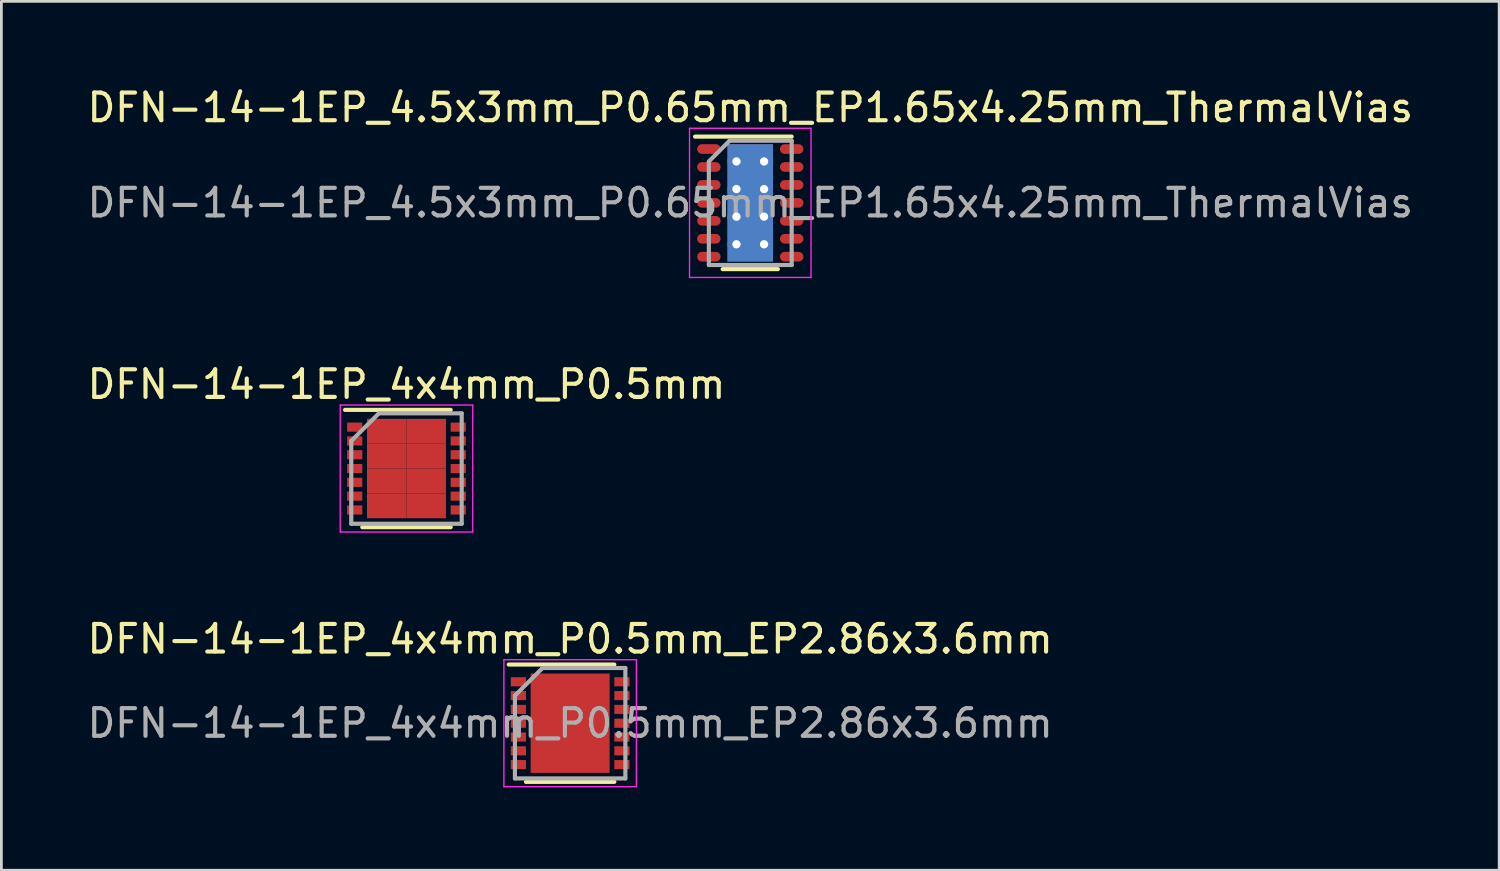
<source format=kicad_pcb>
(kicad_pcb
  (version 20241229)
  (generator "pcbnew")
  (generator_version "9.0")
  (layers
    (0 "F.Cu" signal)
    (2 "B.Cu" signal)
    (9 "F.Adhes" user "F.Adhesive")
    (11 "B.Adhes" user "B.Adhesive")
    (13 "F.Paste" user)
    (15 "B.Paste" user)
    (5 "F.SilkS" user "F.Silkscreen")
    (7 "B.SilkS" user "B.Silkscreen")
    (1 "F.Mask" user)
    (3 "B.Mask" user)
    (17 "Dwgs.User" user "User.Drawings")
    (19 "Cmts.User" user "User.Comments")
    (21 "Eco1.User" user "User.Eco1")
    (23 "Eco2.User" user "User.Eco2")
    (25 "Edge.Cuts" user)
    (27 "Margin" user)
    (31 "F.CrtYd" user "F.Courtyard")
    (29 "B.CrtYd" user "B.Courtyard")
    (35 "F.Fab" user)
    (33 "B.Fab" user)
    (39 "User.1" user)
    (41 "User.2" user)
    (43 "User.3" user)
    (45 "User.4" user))
  (footprint "DFN-14-1EP_4.5x3mm_P0.65mm_EP1.65x4.25mm_ThermalVias"
    (layer "F.Cu")
    (at 24.125 4.298)
    (property "Reference" "DFN-14-1EP_4.5x3mm_P0.65mm_EP1.65x4.25mm_ThermalVias" (at 0 -3.45 0) (layer "F.SilkS") (effects (font (size 1 1) (thickness 0.15))))
    (attr smd)
    (fp_line (start -1 2.4) (end 1 2.4) (stroke (width 0.15) (type solid)) (layer "F.SilkS"))
    (fp_line (start 1.5 -2.4) (end -2 -2.4) (stroke (width 0.15) (type solid)) (layer "F.SilkS"))
    (fp_line (start -2.2 -2.7) (end -2.2 2.7) (stroke (width 0.05) (type solid)) (layer "F.CrtYd"))
    (fp_line (start -2.2 2.7) (end 2.2 2.7) (stroke (width 0.05) (type solid)) (layer "F.CrtYd"))
    (fp_line (start 2.2 -2.7) (end -2.2 -2.7) (stroke (width 0.05) (type solid)) (layer "F.CrtYd"))
    (fp_line (start 2.2 2.7) (end 2.2 -2.7) (stroke (width 0.05) (type solid)) (layer "F.CrtYd"))
    (fp_line (start -1.5 2.25) (end -1.5 -1.5) (stroke (width 0.15) (type solid)) (layer "F.Fab"))
    (fp_line (start -1.5 2.25) (end 1.5 2.25) (stroke (width 0.15) (type solid)) (layer "F.Fab"))
    (fp_line (start -0.75 -2.25) (end -1.5 -1.5) (stroke (width 0.15) (type solid)) (layer "F.Fab"))
    (fp_line (start 1.5 -2.25) (end -0.75 -2.25) (stroke (width 0.15) (type solid)) (layer "F.Fab"))
    (fp_line (start 1.5 2.25) (end 1.5 -2.25) (stroke (width 0.15) (type solid)) (layer "F.Fab"))
    (fp_text user "${REFERENCE}" (at 0 0 0) (layer "F.Fab") (effects (font (size 1 1) (thickness 0.15))))
    (pad "" smd rect (at 0 -1.9) (size 1.5 0.3) (layers "F.Cu" "F.Paste"))
    (pad "" smd rect (at 0 -1.5) (size 0.5 0.5) (layers "F.Cu" "F.Paste"))
    (pad "" smd rect (at 0 -1) (size 1.5 0.5) (layers "F.Cu" "F.Paste"))
    (pad "" smd rect (at 0 -0.5) (size 0.5 0.5) (layers "F.Cu" "F.Paste"))
    (pad "" smd rect (at 0 0) (size 1.5 0.5) (layers "F.Cu" "F.Paste"))
    (pad "" smd rect (at 0 0.5) (size 0.5 0.5) (layers "F.Cu" "F.Paste"))
    (pad "" smd rect (at 0 1) (size 1.5 0.5) (layers "F.Cu" "F.Paste"))
    (pad "" smd rect (at 0 1.5) (size 0.5 0.5) (layers "F.Cu" "F.Paste"))
    (pad "" smd rect (at 0 1.9) (size 1.5 0.3) (layers "F.Cu" "F.Paste"))
    (pad "1" smd oval (at -1.5 -1.95) (size 0.85 0.35) (layers "F.Cu" "F.Mask" "F.Paste"))
    (pad "2" smd oval (at -1.5 -1.3) (size 0.85 0.35) (layers "F.Cu" "F.Mask" "F.Paste"))
    (pad "3" smd oval (at -1.5 -0.65) (size 0.85 0.35) (layers "F.Cu" "F.Mask" "F.Paste"))
    (pad "4" smd oval (at -1.5 0) (size 0.85 0.35) (layers "F.Cu" "F.Mask" "F.Paste"))
    (pad "5" smd oval (at -1.5 0.65) (size 0.85 0.35) (layers "F.Cu" "F.Mask" "F.Paste"))
    (pad "6" smd oval (at -1.5 1.3) (size 0.85 0.35) (layers "F.Cu" "F.Mask" "F.Paste"))
    (pad "7" smd oval (at -1.5 1.95) (size 0.85 0.35) (layers "F.Cu" "F.Mask" "F.Paste"))
    (pad "8" smd oval (at 1.5 1.95) (size 0.85 0.35) (layers "F.Cu" "F.Mask" "F.Paste"))
    (pad "9" smd oval (at 1.5 1.3) (size 0.85 0.35) (layers "F.Cu" "F.Mask" "F.Paste"))
    (pad "10" smd oval (at 1.5 0.65) (size 0.85 0.35) (layers "F.Cu" "F.Mask" "F.Paste"))
    (pad "11" smd oval (at 1.5 0) (size 0.85 0.35) (layers "F.Cu" "F.Mask" "F.Paste"))
    (pad "12" smd oval (at 1.5 -0.65) (size 0.85 0.35) (layers "F.Cu" "F.Mask" "F.Paste"))
    (pad "13" smd oval (at 1.5 -1.3) (size 0.85 0.35) (layers "F.Cu" "F.Mask" "F.Paste"))
    (pad "14" smd oval (at 1.5 -1.95) (size 0.85 0.35) (layers "F.Cu" "F.Mask" "F.Paste"))
    (pad "15" thru_hole circle (at -0.5 -1.5) (size 0.65 0.65) (drill 0.3) (layers "*.Cu" "*.Mask"))
    (pad "15" thru_hole circle (at -0.5 -0.5) (size 0.65 0.65) (drill 0.3) (layers "*.Cu" "*.Mask"))
    (pad "15" thru_hole circle (at -0.5 0.5) (size 0.65 0.65) (drill 0.3) (layers "*.Cu" "*.Mask"))
    (pad "15" thru_hole circle (at -0.5 1.5) (size 0.65 0.65) (drill 0.3) (layers "*.Cu" "*.Mask"))
    (pad "15" smd rect (at 0 0) (size 1.65 4.25) (layers "F.Cu" "F.Mask"))
    (pad "15" smd rect (at 0 0) (size 1.65 4.25) (layers "B.Cu" "B.Mask"))
    (pad "15" thru_hole circle (at 0.5 -1.5) (size 0.65 0.65) (drill 0.3) (layers "*.Cu" "*.Mask"))
    (pad "15" thru_hole circle (at 0.5 -0.5) (size 0.65 0.65) (drill 0.3) (layers "*.Cu" "*.Mask"))
    (pad "15" thru_hole circle (at 0.5 0.5) (size 0.65 0.65) (drill 0.3) (layers "*.Cu" "*.Mask"))
    (pad "15" thru_hole circle (at 0.5 1.5) (size 0.65 0.65) (drill 0.3) (layers "*.Cu" "*.Mask")))
  (footprint "DFN-14-1EP_4x4mm_P0.5mm_EP2.86x3.6mm"
    (layer "F.Cu")
    (at 17.601 23.145)
    (property "Reference" "DFN-14-1EP_4x4mm_P0.5mm_EP2.86x3.6mm" (at 0 -3.05 0) (layer "F.SilkS") (effects (font (size 1 1) (thickness 0.15))))
    (attr smd)
    (fp_line (start -2.225 -2.125) (end 1.6 -2.125) (stroke (width 0.15) (type solid)) (layer "F.SilkS"))
    (fp_line (start -1.6 2.125) (end 1.6 2.125) (stroke (width 0.15) (type solid)) (layer "F.SilkS"))
    (fp_line (start -2.4 -2.3) (end -2.4 2.3) (stroke (width 0.05) (type solid)) (layer "F.CrtYd"))
    (fp_line (start -2.4 -2.3) (end 2.4 -2.3) (stroke (width 0.05) (type solid)) (layer "F.CrtYd"))
    (fp_line (start -2.4 2.3) (end 2.4 2.3) (stroke (width 0.05) (type solid)) (layer "F.CrtYd"))
    (fp_line (start 2.4 -2.3) (end 2.4 2.3) (stroke (width 0.05) (type solid)) (layer "F.CrtYd"))
    (fp_line (start -2 -1) (end -1 -2) (stroke (width 0.15) (type solid)) (layer "F.Fab"))
    (fp_line (start -2 2) (end -2 -1) (stroke (width 0.15) (type solid)) (layer "F.Fab"))
    (fp_line (start -1 -2) (end 2 -2) (stroke (width 0.15) (type solid)) (layer "F.Fab"))
    (fp_line (start 2 -2) (end 2 2) (stroke (width 0.15) (type solid)) (layer "F.Fab"))
    (fp_line (start 2 2) (end -2 2) (stroke (width 0.15) (type solid)) (layer "F.Fab"))
    (fp_text user "${REFERENCE}" (at 0 0 0) (layer "F.Fab") (effects (font (size 1 1) (thickness 0.15))))
    (pad "" smd rect (at -0.715 -1.35) (size 1.2 0.7) (layers "F.Paste"))
    (pad "" smd rect (at -0.715 -0.45) (size 1.2 0.7) (layers "F.Paste"))
    (pad "" smd rect (at -0.715 0.45) (size 1.2 0.7) (layers "F.Paste"))
    (pad "" smd rect (at -0.715 1.35) (size 1.2 0.7) (layers "F.Paste"))
    (pad "" smd rect (at 0.715 -1.35) (size 1.2 0.7) (layers "F.Paste"))
    (pad "" smd rect (at 0.715 -0.45) (size 1.2 0.7) (layers "F.Paste"))
    (pad "" smd rect (at 0.715 0.45) (size 1.2 0.7) (layers "F.Paste"))
    (pad "" smd rect (at 0.715 1.35) (size 1.2 0.7) (layers "F.Paste"))
    (pad "1" smd rect (at -1.875 -1.5) (size 0.55 0.33) (layers "F.Cu" "F.Mask" "F.Paste"))
    (pad "2" smd rect (at -1.875 -1) (size 0.55 0.33) (layers "F.Cu" "F.Mask" "F.Paste"))
    (pad "3" smd rect (at -1.875 -0.5) (size 0.55 0.33) (layers "F.Cu" "F.Mask" "F.Paste"))
    (pad "4" smd rect (at -1.875 0) (size 0.55 0.33) (layers "F.Cu" "F.Mask" "F.Paste"))
    (pad "5" smd rect (at -1.875 0.5) (size 0.55 0.33) (layers "F.Cu" "F.Mask" "F.Paste"))
    (pad "6" smd rect (at -1.875 1) (size 0.55 0.33) (layers "F.Cu" "F.Mask" "F.Paste"))
    (pad "7" smd rect (at -1.875 1.5) (size 0.55 0.33) (layers "F.Cu" "F.Mask" "F.Paste"))
    (pad "8" smd rect (at 1.875 1.5) (size 0.55 0.33) (layers "F.Cu" "F.Mask" "F.Paste"))
    (pad "9" smd rect (at 1.875 1) (size 0.55 0.33) (layers "F.Cu" "F.Mask" "F.Paste"))
    (pad "10" smd rect (at 1.875 0.5) (size 0.55 0.33) (layers "F.Cu" "F.Mask" "F.Paste"))
    (pad "11" smd rect (at 1.875 0) (size 0.55 0.33) (layers "F.Cu" "F.Mask" "F.Paste"))
    (pad "12" smd rect (at 1.875 -0.5) (size 0.55 0.33) (layers "F.Cu" "F.Mask" "F.Paste"))
    (pad "13" smd rect (at 1.875 -1) (size 0.55 0.33) (layers "F.Cu" "F.Mask" "F.Paste"))
    (pad "14" smd rect (at 1.875 -1.5) (size 0.55 0.33) (layers "F.Cu" "F.Mask" "F.Paste"))
    (pad "15" smd rect (at 0 0) (size 2.86 3.6) (layers "F.Cu" "F.Mask")))
  (footprint "DFN-14-1EP_4x4mm_P0.5mm"
    (layer "F.Cu")
    (at 11.673 13.921)
    (property "Reference" "DFN-14-1EP_4x4mm_P0.5mm" (at 0 -3.05 0) (layer "F.SilkS") (effects (font (size 1 1) (thickness 0.15))))
    (attr smd)
    (fp_line (start -2.225 -2.125) (end 1.6 -2.125) (stroke (width 0.15) (type solid)) (layer "F.SilkS"))
    (fp_line (start -1.6 2.125) (end 1.6 2.125) (stroke (width 0.15) (type solid)) (layer "F.SilkS"))
    (fp_line (start -2.4 -2.3) (end -2.4 2.3) (stroke (width 0.05) (type solid)) (layer "F.CrtYd"))
    (fp_line (start -2.4 -2.3) (end 2.4 -2.3) (stroke (width 0.05) (type solid)) (layer "F.CrtYd"))
    (fp_line (start -2.4 2.3) (end 2.4 2.3) (stroke (width 0.05) (type solid)) (layer "F.CrtYd"))
    (fp_line (start 2.4 -2.3) (end 2.4 2.3) (stroke (width 0.05) (type solid)) (layer "F.CrtYd"))
    (fp_line (start -2 -1) (end -1 -2) (stroke (width 0.15) (type solid)) (layer "F.Fab"))
    (fp_line (start -2 2) (end -2 -1) (stroke (width 0.15) (type solid)) (layer "F.Fab"))
    (fp_line (start -1 -2) (end 2 -2) (stroke (width 0.15) (type solid)) (layer "F.Fab"))
    (fp_line (start 2 -2) (end 2 2) (stroke (width 0.15) (type solid)) (layer "F.Fab"))
    (fp_line (start 2 2) (end -2 2) (stroke (width 0.15) (type solid)) (layer "F.Fab"))
    (pad "1" smd rect (at -1.875 -1.5) (size 0.55 0.33) (layers "F.Cu" "F.Mask" "F.Paste"))
    (pad "2" smd rect (at -1.875 -1) (size 0.55 0.33) (layers "F.Cu" "F.Mask" "F.Paste"))
    (pad "3" smd rect (at -1.875 -0.5) (size 0.55 0.33) (layers "F.Cu" "F.Mask" "F.Paste"))
    (pad "4" smd rect (at -1.875 0) (size 0.55 0.33) (layers "F.Cu" "F.Mask" "F.Paste"))
    (pad "5" smd rect (at -1.875 0.5) (size 0.55 0.33) (layers "F.Cu" "F.Mask" "F.Paste"))
    (pad "6" smd rect (at -1.875 1) (size 0.55 0.33) (layers "F.Cu" "F.Mask" "F.Paste"))
    (pad "7" smd rect (at -1.875 1.5) (size 0.55 0.33) (layers "F.Cu" "F.Mask" "F.Paste"))
    (pad "8" smd rect (at 1.875 1.5) (size 0.55 0.33) (layers "F.Cu" "F.Mask" "F.Paste"))
    (pad "9" smd rect (at 1.875 1) (size 0.55 0.33) (layers "F.Cu" "F.Mask" "F.Paste"))
    (pad "10" smd rect (at 1.875 0.5) (size 0.55 0.33) (layers "F.Cu" "F.Mask" "F.Paste"))
    (pad "11" smd rect (at 1.875 0) (size 0.55 0.33) (layers "F.Cu" "F.Mask" "F.Paste"))
    (pad "12" smd rect (at 1.875 -0.5) (size 0.55 0.33) (layers "F.Cu" "F.Mask" "F.Paste"))
    (pad "13" smd rect (at 1.875 -1) (size 0.55 0.33) (layers "F.Cu" "F.Mask" "F.Paste"))
    (pad "14" smd rect (at 1.875 -1.5) (size 0.55 0.33) (layers "F.Cu" "F.Mask" "F.Paste"))
    (pad "15" smd rect (at -0.715 -1.35) (size 1.43 0.9) (layers "F.Cu" "F.Mask" "F.Paste"))
    (pad "15" smd rect (at -0.715 -0.45) (size 1.43 0.9) (layers "F.Cu" "F.Mask" "F.Paste"))
    (pad "15" smd rect (at -0.715 0.45) (size 1.43 0.9) (layers "F.Cu" "F.Mask" "F.Paste"))
    (pad "15" smd rect (at -0.715 1.35) (size 1.43 0.9) (layers "F.Cu" "F.Mask" "F.Paste"))
    (pad "15" smd rect (at 0.715 -1.35) (size 1.43 0.9) (layers "F.Cu" "F.Mask" "F.Paste"))
    (pad "15" smd rect (at 0.715 -0.45) (size 1.43 0.9) (layers "F.Cu" "F.Mask" "F.Paste"))
    (pad "15" smd rect (at 0.715 0.45) (size 1.43 0.9) (layers "F.Cu" "F.Mask" "F.Paste"))
    (pad "15" smd rect (at 0.715 1.35) (size 1.43 0.9) (layers "F.Cu" "F.Mask" "F.Paste")))
  (gr_rect
    (start -3 -3)
    (end 51.25 28.47)
    (stroke (width 0.1) (type default))
    (fill no)
    (layer "Edge.Cuts")))
</source>
